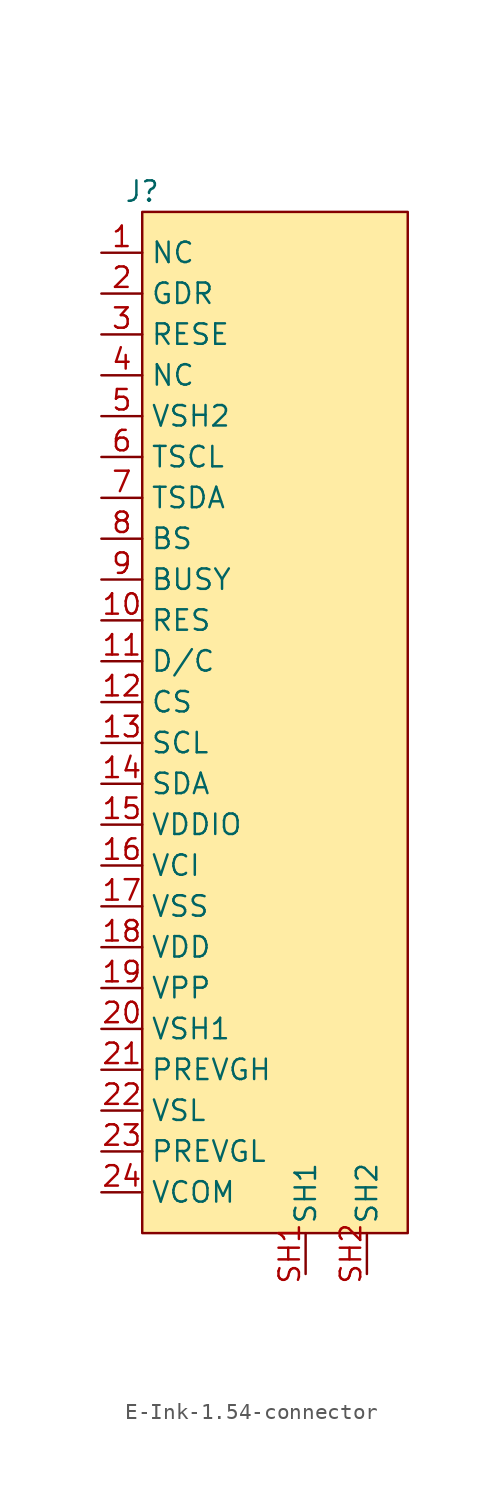
<source format=kicad_sym>
(kicad_symbol_lib
  (version 20241209)
  (generator "kicad_symbol_editor")
  (generator_version "9.0")
  (symbol "E-Ink-1.54-connector"
    (property "Reference" "J"
      (at 0 0 0)
      (effects (font (size 1.27 1.27))))
    (property "Value" ""
      (at 0 0 0)
      (effects (font (size 1.27 1.27))))
    (symbol "E-Ink-1.54-connector_0_1"
      (rectangle (start 0 -1.27) (end 16.51 -64.77) (stroke (width 0) (type default)) (fill (type color) (color 255 236 164 1))))
    (symbol "E-Ink-1.54-connector_1_1"
      (pin input line (at -2.54 -3.81 0) (length 2.54) (name "NC" (effects (font (size 1.27 1.27)))) (number "1" (effects (font (size 1.27 1.27)))))
      (pin input line (at -2.54 -6.35 0) (length 2.54) (name "GDR" (effects (font (size 1.27 1.27)))) (number "2" (effects (font (size 1.27 1.27)))))
      (pin input line (at -2.54 -8.89 0) (length 2.54) (name "RESE" (effects (font (size 1.27 1.27)))) (number "3" (effects (font (size 1.27 1.27)))))
      (pin input line (at -2.54 -11.43 0) (length 2.54) (name "NC" (effects (font (size 1.27 1.27)))) (number "4" (effects (font (size 1.27 1.27)))))
      (pin input line (at -2.54 -13.97 0) (length 2.54) (name "VSH2" (effects (font (size 1.27 1.27)))) (number "5" (effects (font (size 1.27 1.27)))))
      (pin input line (at -2.54 -16.51 0) (length 2.54) (name "TSCL" (effects (font (size 1.27 1.27)))) (number "6" (effects (font (size 1.27 1.27)))))
      (pin input line (at -2.54 -19.05 0) (length 2.54) (name "TSDA" (effects (font (size 1.27 1.27)))) (number "7" (effects (font (size 1.27 1.27)))))
      (pin input line (at -2.54 -21.59 0) (length 2.54) (name "BS" (effects (font (size 1.27 1.27)))) (number "8" (effects (font (size 1.27 1.27)))))
      (pin input line (at -2.54 -24.13 0) (length 2.54) (name "BUSY" (effects (font (size 1.27 1.27)))) (number "9" (effects (font (size 1.27 1.27)))))
      (pin input line (at -2.54 -26.67 0) (length 2.54) (name "RES" (effects (font (size 1.27 1.27)))) (number "10" (effects (font (size 1.27 1.27)))))
      (pin input line (at -2.54 -29.21 0) (length 2.54) (name "D/C" (effects (font (size 1.27 1.27)))) (number "11" (effects (font (size 1.27 1.27)))))
      (pin input line (at -2.54 -31.75 0) (length 2.54) (name "CS" (effects (font (size 1.27 1.27)))) (number "12" (effects (font (size 1.27 1.27)))))
      (pin input line (at -2.54 -34.29 0) (length 2.54) (name "SCL" (effects (font (size 1.27 1.27)))) (number "13" (effects (font (size 1.27 1.27)))))
      (pin input line (at -2.54 -36.83 0) (length 2.54) (name "SDA" (effects (font (size 1.27 1.27)))) (number "14" (effects (font (size 1.27 1.27)))))
      (pin input line (at -2.54 -39.37 0) (length 2.54) (name "VDDIO" (effects (font (size 1.27 1.27)))) (number "15" (effects (font (size 1.27 1.27)))))
      (pin input line (at -2.54 -41.91 0) (length 2.54) (name "VCI" (effects (font (size 1.27 1.27)))) (number "16" (effects (font (size 1.27 1.27)))))
      (pin input line (at -2.54 -44.45 0) (length 2.54) (name "VSS" (effects (font (size 1.27 1.27)))) (number "17" (effects (font (size 1.27 1.27)))))
      (pin input line (at -2.54 -46.99 0) (length 2.54) (name "VDD" (effects (font (size 1.27 1.27)))) (number "18" (effects (font (size 1.27 1.27)))))
      (pin input line (at -2.54 -49.53 0) (length 2.54) (name "VPP" (effects (font (size 1.27 1.27)))) (number "19" (effects (font (size 1.27 1.27)))))
      (pin input line (at -2.54 -52.07 0) (length 2.54) (name "VSH1" (effects (font (size 1.27 1.27)))) (number "20" (effects (font (size 1.27 1.27)))))
      (pin input line (at -2.54 -54.61 0) (length 2.54) (name "PREVGH" (effects (font (size 1.27 1.27)))) (number "21" (effects (font (size 1.27 1.27)))))
      (pin input line (at -2.54 -57.15 0) (length 2.54) (name "VSL" (effects (font (size 1.27 1.27)))) (number "22" (effects (font (size 1.27 1.27)))))
      (pin input line (at -2.54 -59.69 0) (length 2.54) (name "PREVGL" (effects (font (size 1.27 1.27)))) (number "23" (effects (font (size 1.27 1.27)))))
      (pin input line (at -2.54 -62.23 0) (length 2.54) (name "VCOM" (effects (font (size 1.27 1.27)))) (number "24" (effects (font (size 1.27 1.27)))))
      (pin input line (at 10.16 -67.31 90) (length 2.54) (name "SH1" (effects (font (size 1.27 1.27)))) (number "SH1" (effects (font (size 1.27 1.27)))))
      (pin input line (at 13.97 -67.31 90) (length 2.54) (name "SH2" (effects (font (size 1.27 1.27)))) (number "SH2" (effects (font (size 1.27 1.27))))))))
</source>
